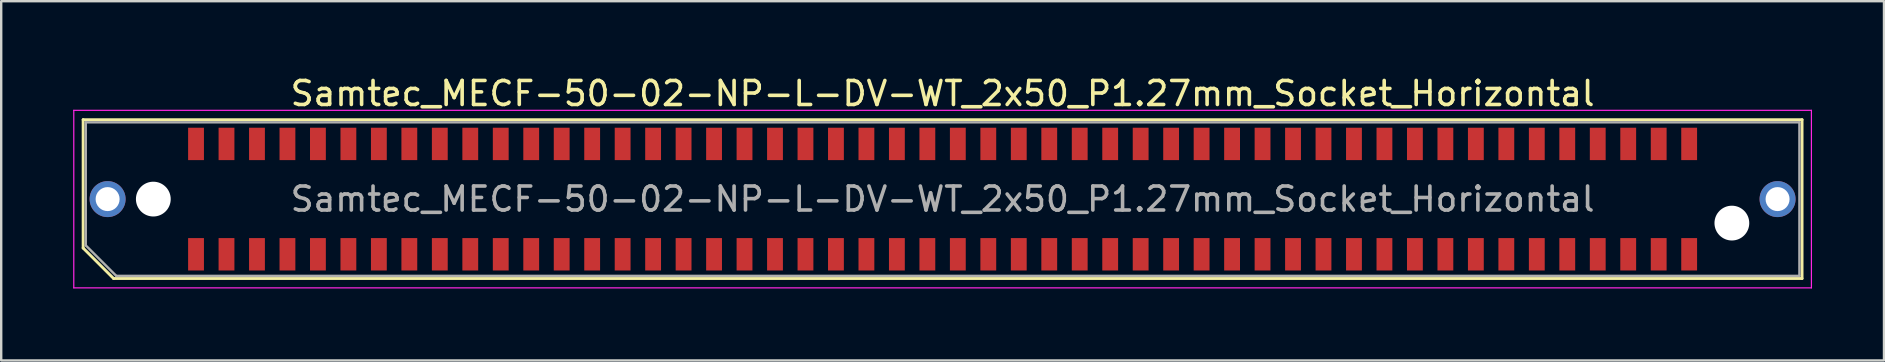
<source format=kicad_pcb>
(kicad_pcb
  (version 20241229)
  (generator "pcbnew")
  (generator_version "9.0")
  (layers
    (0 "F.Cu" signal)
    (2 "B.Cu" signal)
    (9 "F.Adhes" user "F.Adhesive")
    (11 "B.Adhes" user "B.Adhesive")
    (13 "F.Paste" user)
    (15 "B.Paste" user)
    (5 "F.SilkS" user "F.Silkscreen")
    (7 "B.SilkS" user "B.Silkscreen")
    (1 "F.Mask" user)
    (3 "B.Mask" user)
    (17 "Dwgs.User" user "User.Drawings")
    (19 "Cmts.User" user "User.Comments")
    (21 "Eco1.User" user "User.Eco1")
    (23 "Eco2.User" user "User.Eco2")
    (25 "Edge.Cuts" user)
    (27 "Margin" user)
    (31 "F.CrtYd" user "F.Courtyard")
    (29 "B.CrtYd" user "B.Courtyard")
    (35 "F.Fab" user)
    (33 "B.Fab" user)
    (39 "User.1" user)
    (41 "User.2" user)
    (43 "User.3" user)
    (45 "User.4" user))
  (footprint "Samtec_MECF-50-02-NP-L-DV-WT_2x50_P1.27mm_Socket_Horizontal"
    (layer "F.Cu")
    (at 36.235 5.248)
    (property "Reference" "Samtec_MECF-50-02-NP-L-DV-WT_2x50_P1.27mm_Socket_Horizontal" (at 0 -4.4 0) (layer "F.SilkS") (effects (font (size 1 1) (thickness 0.15))))
    (attr smd)
    (fp_line (start -35.82 -3.31) (end 35.82 -3.31) (stroke (width 0.12) (type solid)) (layer "F.SilkS"))
    (fp_line (start -35.82 2.04) (end -35.82 -3.31) (stroke (width 0.12) (type solid)) (layer "F.SilkS"))
    (fp_line (start -34.55 3.31) (end -35.82 2.04) (stroke (width 0.12) (type solid)) (layer "F.SilkS"))
    (fp_line (start -34.55 3.31) (end 35.82 3.31) (stroke (width 0.12) (type solid)) (layer "F.SilkS"))
    (fp_line (start 35.82 3.31) (end 35.82 -3.31) (stroke (width 0.12) (type solid)) (layer "F.SilkS"))
    (fp_line (start -36.21 -3.7) (end -36.21 3.7) (stroke (width 0.05) (type solid)) (layer "F.CrtYd"))
    (fp_line (start -36.21 3.7) (end 36.21 3.7) (stroke (width 0.05) (type solid)) (layer "F.CrtYd"))
    (fp_line (start 36.21 -3.7) (end -36.21 -3.7) (stroke (width 0.05) (type solid)) (layer "F.CrtYd"))
    (fp_line (start 36.21 3.7) (end 36.21 -3.7) (stroke (width 0.05) (type solid)) (layer "F.CrtYd"))
    (fp_line (start -35.71 -3.2) (end 35.71 -3.2) (stroke (width 0.1) (type solid)) (layer "F.Fab"))
    (fp_line (start -35.71 1.93) (end -35.71 -3.2) (stroke (width 0.1) (type solid)) (layer "F.Fab"))
    (fp_line (start -35.71 1.93) (end -34.44 3.2) (stroke (width 0.1) (type solid)) (layer "F.Fab"))
    (fp_line (start -34.44 3.2) (end 35.71 3.2) (stroke (width 0.1) (type solid)) (layer "F.Fab"))
    (fp_line (start 35.71 3.2) (end 35.71 -3.2) (stroke (width 0.1) (type solid)) (layer "F.Fab"))
    (fp_text user "${REFERENCE}" (at 0 0 0) (layer "F.Fab") (effects (font (size 1 1) (thickness 0.15))))
    (pad "" thru_hole circle (at -34.8 0) (size 1.5 1.5) (drill 1) (layers "*.Cu" "*.Mask"))
    (pad "" np_thru_hole circle (at -32.895 0) (size 1.45 1.45) (drill 1.45) (layers "*.Cu" "*.Mask"))
    (pad "" np_thru_hole circle (at 32.895 1) (size 1.45 1.45) (drill 1.45) (layers "*.Cu" "*.Mask"))
    (pad "" thru_hole circle (at 34.8 0) (size 1.5 1.5) (drill 1) (layers "*.Cu" "*.Mask"))
    (pad "1" smd rect (at -31.115 2.3) (size 0.66 1.35) (layers "F.Cu" "F.Mask" "F.Paste"))
    (pad "2" smd rect (at -31.115 -2.3) (size 0.66 1.35) (layers "F.Cu" "F.Mask" "F.Paste"))
    (pad "3" smd rect (at -29.845 2.3) (size 0.66 1.35) (layers "F.Cu" "F.Mask" "F.Paste"))
    (pad "4" smd rect (at -29.845 -2.3) (size 0.66 1.35) (layers "F.Cu" "F.Mask" "F.Paste"))
    (pad "5" smd rect (at -28.575 2.3) (size 0.66 1.35) (layers "F.Cu" "F.Mask" "F.Paste"))
    (pad "6" smd rect (at -28.575 -2.3) (size 0.66 1.35) (layers "F.Cu" "F.Mask" "F.Paste"))
    (pad "7" smd rect (at -27.305 2.3) (size 0.66 1.35) (layers "F.Cu" "F.Mask" "F.Paste"))
    (pad "8" smd rect (at -27.305 -2.3) (size 0.66 1.35) (layers "F.Cu" "F.Mask" "F.Paste"))
    (pad "9" smd rect (at -26.035 2.3) (size 0.66 1.35) (layers "F.Cu" "F.Mask" "F.Paste"))
    (pad "10" smd rect (at -26.035 -2.3) (size 0.66 1.35) (layers "F.Cu" "F.Mask" "F.Paste"))
    (pad "11" smd rect (at -24.765 2.3) (size 0.66 1.35) (layers "F.Cu" "F.Mask" "F.Paste"))
    (pad "12" smd rect (at -24.765 -2.3) (size 0.66 1.35) (layers "F.Cu" "F.Mask" "F.Paste"))
    (pad "13" smd rect (at -23.495 2.3) (size 0.66 1.35) (layers "F.Cu" "F.Mask" "F.Paste"))
    (pad "14" smd rect (at -23.495 -2.3) (size 0.66 1.35) (layers "F.Cu" "F.Mask" "F.Paste"))
    (pad "15" smd rect (at -22.225 2.3) (size 0.66 1.35) (layers "F.Cu" "F.Mask" "F.Paste"))
    (pad "16" smd rect (at -22.225 -2.3) (size 0.66 1.35) (layers "F.Cu" "F.Mask" "F.Paste"))
    (pad "17" smd rect (at -20.955 2.3) (size 0.66 1.35) (layers "F.Cu" "F.Mask" "F.Paste"))
    (pad "18" smd rect (at -20.955 -2.3) (size 0.66 1.35) (layers "F.Cu" "F.Mask" "F.Paste"))
    (pad "19" smd rect (at -19.685 2.3) (size 0.66 1.35) (layers "F.Cu" "F.Mask" "F.Paste"))
    (pad "20" smd rect (at -19.685 -2.3) (size 0.66 1.35) (layers "F.Cu" "F.Mask" "F.Paste"))
    (pad "21" smd rect (at -18.415 2.3) (size 0.66 1.35) (layers "F.Cu" "F.Mask" "F.Paste"))
    (pad "22" smd rect (at -18.415 -2.3) (size 0.66 1.35) (layers "F.Cu" "F.Mask" "F.Paste"))
    (pad "23" smd rect (at -17.145 2.3) (size 0.66 1.35) (layers "F.Cu" "F.Mask" "F.Paste"))
    (pad "24" smd rect (at -17.145 -2.3) (size 0.66 1.35) (layers "F.Cu" "F.Mask" "F.Paste"))
    (pad "25" smd rect (at -15.875 2.3) (size 0.66 1.35) (layers "F.Cu" "F.Mask" "F.Paste"))
    (pad "26" smd rect (at -15.875 -2.3) (size 0.66 1.35) (layers "F.Cu" "F.Mask" "F.Paste"))
    (pad "27" smd rect (at -14.605 2.3) (size 0.66 1.35) (layers "F.Cu" "F.Mask" "F.Paste"))
    (pad "28" smd rect (at -14.605 -2.3) (size 0.66 1.35) (layers "F.Cu" "F.Mask" "F.Paste"))
    (pad "29" smd rect (at -13.335 2.3) (size 0.66 1.35) (layers "F.Cu" "F.Mask" "F.Paste"))
    (pad "30" smd rect (at -13.335 -2.3) (size 0.66 1.35) (layers "F.Cu" "F.Mask" "F.Paste"))
    (pad "31" smd rect (at -12.065 2.3) (size 0.66 1.35) (layers "F.Cu" "F.Mask" "F.Paste"))
    (pad "32" smd rect (at -12.065 -2.3) (size 0.66 1.35) (layers "F.Cu" "F.Mask" "F.Paste"))
    (pad "33" smd rect (at -10.795 2.3) (size 0.66 1.35) (layers "F.Cu" "F.Mask" "F.Paste"))
    (pad "34" smd rect (at -10.795 -2.3) (size 0.66 1.35) (layers "F.Cu" "F.Mask" "F.Paste"))
    (pad "35" smd rect (at -9.525 2.3) (size 0.66 1.35) (layers "F.Cu" "F.Mask" "F.Paste"))
    (pad "36" smd rect (at -9.525 -2.3) (size 0.66 1.35) (layers "F.Cu" "F.Mask" "F.Paste"))
    (pad "37" smd rect (at -8.255 2.3) (size 0.66 1.35) (layers "F.Cu" "F.Mask" "F.Paste"))
    (pad "38" smd rect (at -8.255 -2.3) (size 0.66 1.35) (layers "F.Cu" "F.Mask" "F.Paste"))
    (pad "39" smd rect (at -6.985 2.3) (size 0.66 1.35) (layers "F.Cu" "F.Mask" "F.Paste"))
    (pad "40" smd rect (at -6.985 -2.3) (size 0.66 1.35) (layers "F.Cu" "F.Mask" "F.Paste"))
    (pad "41" smd rect (at -5.715 2.3) (size 0.66 1.35) (layers "F.Cu" "F.Mask" "F.Paste"))
    (pad "42" smd rect (at -5.715 -2.3) (size 0.66 1.35) (layers "F.Cu" "F.Mask" "F.Paste"))
    (pad "43" smd rect (at -4.445 2.3) (size 0.66 1.35) (layers "F.Cu" "F.Mask" "F.Paste"))
    (pad "44" smd rect (at -4.445 -2.3) (size 0.66 1.35) (layers "F.Cu" "F.Mask" "F.Paste"))
    (pad "45" smd rect (at -3.175 2.3) (size 0.66 1.35) (layers "F.Cu" "F.Mask" "F.Paste"))
    (pad "46" smd rect (at -3.175 -2.3) (size 0.66 1.35) (layers "F.Cu" "F.Mask" "F.Paste"))
    (pad "47" smd rect (at -1.905 2.3) (size 0.66 1.35) (layers "F.Cu" "F.Mask" "F.Paste"))
    (pad "48" smd rect (at -1.905 -2.3) (size 0.66 1.35) (layers "F.Cu" "F.Mask" "F.Paste"))
    (pad "49" smd rect (at -0.635 2.3) (size 0.66 1.35) (layers "F.Cu" "F.Mask" "F.Paste"))
    (pad "50" smd rect (at -0.635 -2.3) (size 0.66 1.35) (layers "F.Cu" "F.Mask" "F.Paste"))
    (pad "51" smd rect (at 0.635 2.3) (size 0.66 1.35) (layers "F.Cu" "F.Mask" "F.Paste"))
    (pad "52" smd rect (at 0.635 -2.3) (size 0.66 1.35) (layers "F.Cu" "F.Mask" "F.Paste"))
    (pad "53" smd rect (at 1.905 2.3) (size 0.66 1.35) (layers "F.Cu" "F.Mask" "F.Paste"))
    (pad "54" smd rect (at 1.905 -2.3) (size 0.66 1.35) (layers "F.Cu" "F.Mask" "F.Paste"))
    (pad "55" smd rect (at 3.175 2.3) (size 0.66 1.35) (layers "F.Cu" "F.Mask" "F.Paste"))
    (pad "56" smd rect (at 3.175 -2.3) (size 0.66 1.35) (layers "F.Cu" "F.Mask" "F.Paste"))
    (pad "57" smd rect (at 4.445 2.3) (size 0.66 1.35) (layers "F.Cu" "F.Mask" "F.Paste"))
    (pad "58" smd rect (at 4.445 -2.3) (size 0.66 1.35) (layers "F.Cu" "F.Mask" "F.Paste"))
    (pad "59" smd rect (at 5.715 2.3) (size 0.66 1.35) (layers "F.Cu" "F.Mask" "F.Paste"))
    (pad "60" smd rect (at 5.715 -2.3) (size 0.66 1.35) (layers "F.Cu" "F.Mask" "F.Paste"))
    (pad "61" smd rect (at 6.985 2.3) (size 0.66 1.35) (layers "F.Cu" "F.Mask" "F.Paste"))
    (pad "62" smd rect (at 6.985 -2.3) (size 0.66 1.35) (layers "F.Cu" "F.Mask" "F.Paste"))
    (pad "63" smd rect (at 8.255 2.3) (size 0.66 1.35) (layers "F.Cu" "F.Mask" "F.Paste"))
    (pad "64" smd rect (at 8.255 -2.3) (size 0.66 1.35) (layers "F.Cu" "F.Mask" "F.Paste"))
    (pad "65" smd rect (at 9.525 2.3) (size 0.66 1.35) (layers "F.Cu" "F.Mask" "F.Paste"))
    (pad "66" smd rect (at 9.525 -2.3) (size 0.66 1.35) (layers "F.Cu" "F.Mask" "F.Paste"))
    (pad "67" smd rect (at 10.795 2.3) (size 0.66 1.35) (layers "F.Cu" "F.Mask" "F.Paste"))
    (pad "68" smd rect (at 10.795 -2.3) (size 0.66 1.35) (layers "F.Cu" "F.Mask" "F.Paste"))
    (pad "69" smd rect (at 12.065 2.3) (size 0.66 1.35) (layers "F.Cu" "F.Mask" "F.Paste"))
    (pad "70" smd rect (at 12.065 -2.3) (size 0.66 1.35) (layers "F.Cu" "F.Mask" "F.Paste"))
    (pad "71" smd rect (at 13.335 2.3) (size 0.66 1.35) (layers "F.Cu" "F.Mask" "F.Paste"))
    (pad "72" smd rect (at 13.335 -2.3) (size 0.66 1.35) (layers "F.Cu" "F.Mask" "F.Paste"))
    (pad "73" smd rect (at 14.605 2.3) (size 0.66 1.35) (layers "F.Cu" "F.Mask" "F.Paste"))
    (pad "74" smd rect (at 14.605 -2.3) (size 0.66 1.35) (layers "F.Cu" "F.Mask" "F.Paste"))
    (pad "75" smd rect (at 15.875 2.3) (size 0.66 1.35) (layers "F.Cu" "F.Mask" "F.Paste"))
    (pad "76" smd rect (at 15.875 -2.3) (size 0.66 1.35) (layers "F.Cu" "F.Mask" "F.Paste"))
    (pad "77" smd rect (at 17.145 2.3) (size 0.66 1.35) (layers "F.Cu" "F.Mask" "F.Paste"))
    (pad "78" smd rect (at 17.145 -2.3) (size 0.66 1.35) (layers "F.Cu" "F.Mask" "F.Paste"))
    (pad "79" smd rect (at 18.415 2.3) (size 0.66 1.35) (layers "F.Cu" "F.Mask" "F.Paste"))
    (pad "80" smd rect (at 18.415 -2.3) (size 0.66 1.35) (layers "F.Cu" "F.Mask" "F.Paste"))
    (pad "81" smd rect (at 19.685 2.3) (size 0.66 1.35) (layers "F.Cu" "F.Mask" "F.Paste"))
    (pad "82" smd rect (at 19.685 -2.3) (size 0.66 1.35) (layers "F.Cu" "F.Mask" "F.Paste"))
    (pad "83" smd rect (at 20.955 2.3) (size 0.66 1.35) (layers "F.Cu" "F.Mask" "F.Paste"))
    (pad "84" smd rect (at 20.955 -2.3) (size 0.66 1.35) (layers "F.Cu" "F.Mask" "F.Paste"))
    (pad "85" smd rect (at 22.225 2.3) (size 0.66 1.35) (layers "F.Cu" "F.Mask" "F.Paste"))
    (pad "86" smd rect (at 22.225 -2.3) (size 0.66 1.35) (layers "F.Cu" "F.Mask" "F.Paste"))
    (pad "87" smd rect (at 23.495 2.3) (size 0.66 1.35) (layers "F.Cu" "F.Mask" "F.Paste"))
    (pad "88" smd rect (at 23.495 -2.3) (size 0.66 1.35) (layers "F.Cu" "F.Mask" "F.Paste"))
    (pad "89" smd rect (at 24.765 2.3) (size 0.66 1.35) (layers "F.Cu" "F.Mask" "F.Paste"))
    (pad "90" smd rect (at 24.765 -2.3) (size 0.66 1.35) (layers "F.Cu" "F.Mask" "F.Paste"))
    (pad "91" smd rect (at 26.035 2.3) (size 0.66 1.35) (layers "F.Cu" "F.Mask" "F.Paste"))
    (pad "92" smd rect (at 26.035 -2.3) (size 0.66 1.35) (layers "F.Cu" "F.Mask" "F.Paste"))
    (pad "93" smd rect (at 27.305 2.3) (size 0.66 1.35) (layers "F.Cu" "F.Mask" "F.Paste"))
    (pad "94" smd rect (at 27.305 -2.3) (size 0.66 1.35) (layers "F.Cu" "F.Mask" "F.Paste"))
    (pad "95" smd rect (at 28.575 2.3) (size 0.66 1.35) (layers "F.Cu" "F.Mask" "F.Paste"))
    (pad "96" smd rect (at 28.575 -2.3) (size 0.66 1.35) (layers "F.Cu" "F.Mask" "F.Paste"))
    (pad "97" smd rect (at 29.845 2.3) (size 0.66 1.35) (layers "F.Cu" "F.Mask" "F.Paste"))
    (pad "98" smd rect (at 29.845 -2.3) (size 0.66 1.35) (layers "F.Cu" "F.Mask" "F.Paste"))
    (pad "99" smd rect (at 31.115 2.3) (size 0.66 1.35) (layers "F.Cu" "F.Mask" "F.Paste"))
    (pad "100" smd rect (at 31.115 -2.3) (size 0.66 1.35) (layers "F.Cu" "F.Mask" "F.Paste")))
  (gr_rect
    (start -3 -3)
    (end 75.47 11.973)
    (stroke (width 0.1) (type default))
    (fill no)
    (layer "Edge.Cuts")))
</source>
